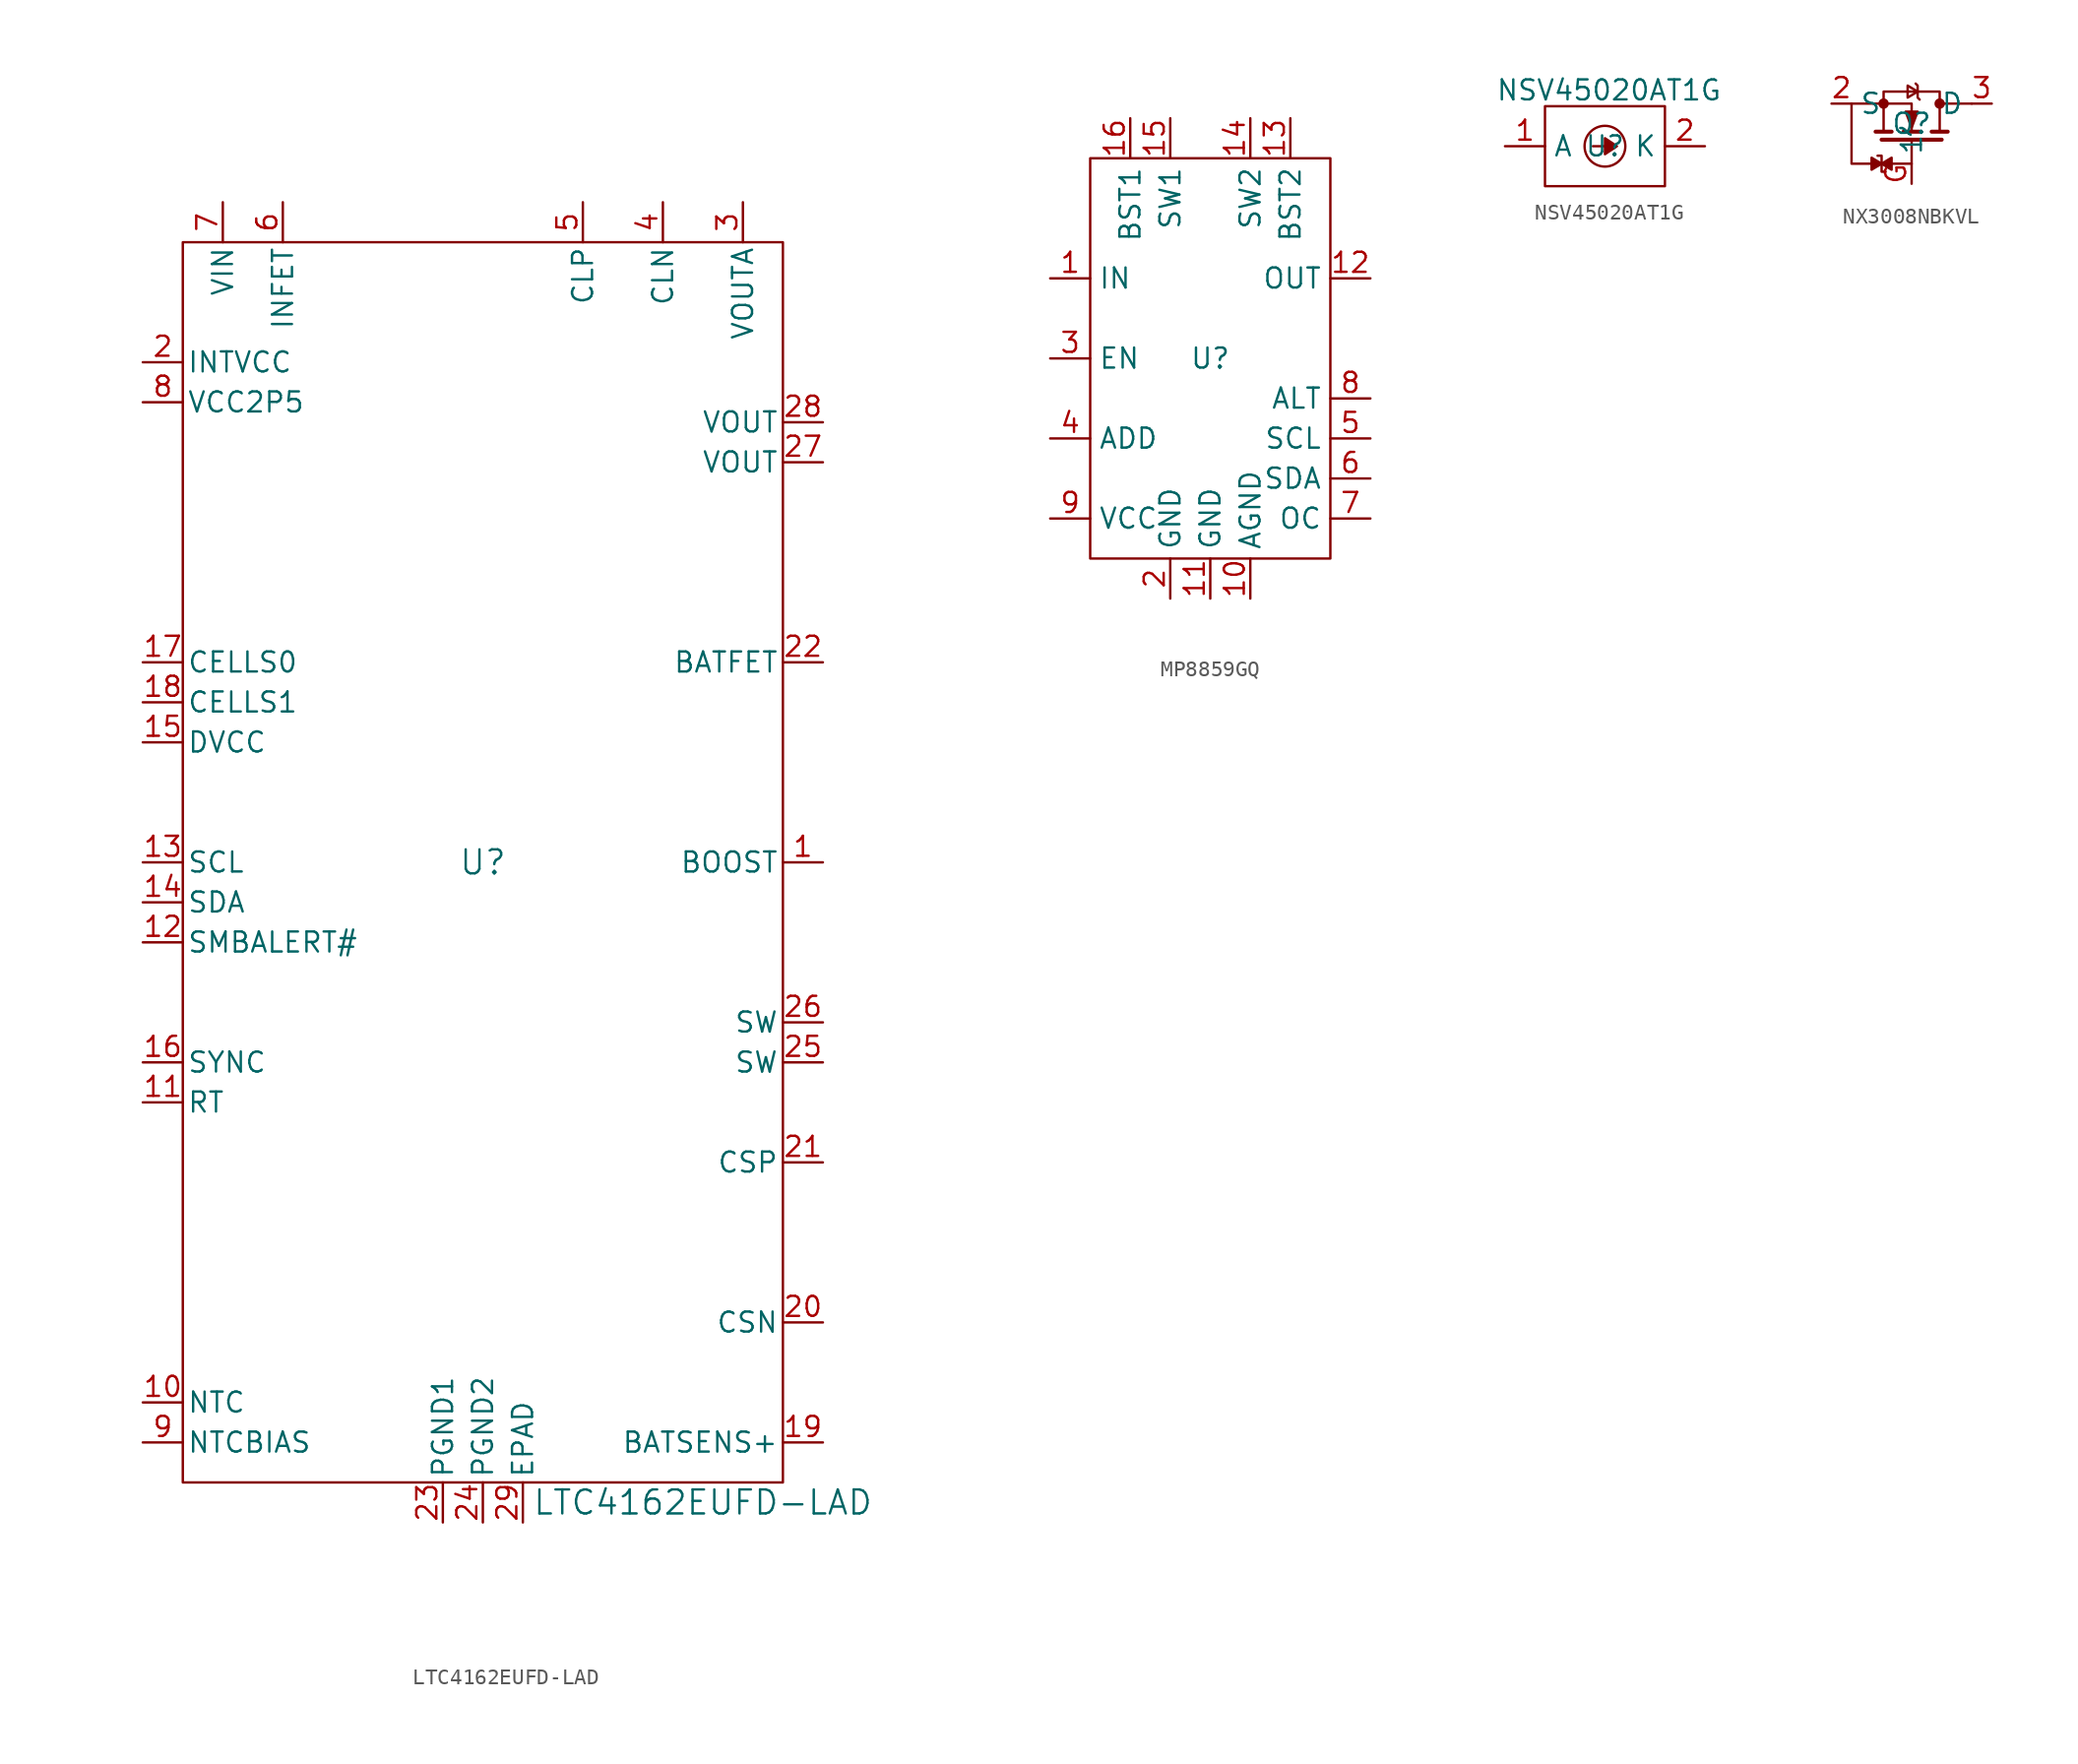
<source format=kicad_sym>
(kicad_symbol_lib
  (version 20231120)
  (generator "kicad_symbol_editor")
  (generator_version "8.0")
  (symbol "LTC4162EUFD-LAD"
    (pin_names
      (offset 0.254))
    (property "Reference" "U"
      (at 0 0 0)
      (effects (font (size 1.524 1.524))))
    (property "Value" "LTC4162EUFD-LAD"
      (at 13.97 -40.64 0)
      (effects (font (size 1.524 1.524))))
    (property "ki_locked" ""
      (at 0 0 0)
      (effects (font (size 1.27 1.27))))
    (symbol "LTC4162EUFD-LAD_0_1"
      (pin power_in line (at 21.59 0 180) (length 2.54) (name "BOOST" (effects (font (size 1.27 1.27)))) (number "1" (effects (font (size 1.27 1.27)))))
      (pin input line (at -21.59 -34.29 0) (length 2.54) (name "NTC" (effects (font (size 1.27 1.27)))) (number "10" (effects (font (size 1.27 1.27)))))
      (pin unspecified line (at -21.59 -15.24 0) (length 2.54) (name "RT" (effects (font (size 1.27 1.27)))) (number "11" (effects (font (size 1.27 1.27)))))
      (pin input line (at -21.59 0 0) (length 2.54) (name "SCL" (effects (font (size 1.27 1.27)))) (number "13" (effects (font (size 1.27 1.27)))))
      (pin bidirectional line (at -21.59 -2.54 0) (length 2.54) (name "SDA" (effects (font (size 1.27 1.27)))) (number "14" (effects (font (size 1.27 1.27)))))
      (pin power_in line (at -21.59 7.62 0) (length 2.54) (name "DVCC" (effects (font (size 1.27 1.27)))) (number "15" (effects (font (size 1.27 1.27)))))
      (pin input line (at -21.59 -12.7 0) (length 2.54) (name "SYNC" (effects (font (size 1.27 1.27)))) (number "16" (effects (font (size 1.27 1.27)))))
      (pin bidirectional line (at -21.59 12.7 0) (length 2.54) (name "CELLS0" (effects (font (size 1.27 1.27)))) (number "17" (effects (font (size 1.27 1.27)))))
      (pin bidirectional line (at -21.59 10.16 0) (length 2.54) (name "CELLS1" (effects (font (size 1.27 1.27)))) (number "18" (effects (font (size 1.27 1.27)))))
      (pin unspecified line (at 21.59 -36.83 180) (length 2.54) (name "BATSENS+" (effects (font (size 1.27 1.27)))) (number "19" (effects (font (size 1.27 1.27)))))
      (pin power_in line (at -21.59 31.75 0) (length 2.54) (name "INTVCC" (effects (font (size 1.27 1.27)))) (number "2" (effects (font (size 1.27 1.27)))))
      (pin unspecified line (at 21.59 -29.21 180) (length 2.54) (name "CSN" (effects (font (size 1.27 1.27)))) (number "20" (effects (font (size 1.27 1.27)))))
      (pin unspecified line (at 21.59 -19.05 180) (length 2.54) (name "CSP" (effects (font (size 1.27 1.27)))) (number "21" (effects (font (size 1.27 1.27)))))
      (pin unspecified line (at 21.59 12.7 180) (length 2.54) (name "BATFET" (effects (font (size 1.27 1.27)))) (number "22" (effects (font (size 1.27 1.27)))))
      (pin power_in line (at 21.59 -12.7 180) (length 2.54) (name "SW" (effects (font (size 1.27 1.27)))) (number "25" (effects (font (size 1.27 1.27)))))
      (pin power_in line (at 21.59 -10.16 180) (length 2.54) (name "SW" (effects (font (size 1.27 1.27)))) (number "26" (effects (font (size 1.27 1.27)))))
      (pin power_in line (at 21.59 25.4 180) (length 2.54) (name "VOUT" (effects (font (size 1.27 1.27)))) (number "27" (effects (font (size 1.27 1.27)))))
      (pin power_in line (at 21.59 27.94 180) (length 2.54) (name "VOUT" (effects (font (size 1.27 1.27)))) (number "28" (effects (font (size 1.27 1.27)))))
      (pin power_in line (at 16.51 41.91 270) (length 2.54) (name "VOUTA" (effects (font (size 1.27 1.27)))) (number "3" (effects (font (size 1.27 1.27)))))
      (pin unspecified line (at 11.43 41.91 270) (length 2.54) (name "CLN" (effects (font (size 1.27 1.27)))) (number "4" (effects (font (size 1.27 1.27)))))
      (pin unspecified line (at 6.35 41.91 270) (length 2.54) (name "CLP" (effects (font (size 1.27 1.27)))) (number "5" (effects (font (size 1.27 1.27)))))
      (pin output line (at -12.7 41.91 270) (length 2.54) (name "INFET" (effects (font (size 1.27 1.27)))) (number "6" (effects (font (size 1.27 1.27)))))
      (pin power_in line (at -16.51 41.91 270) (length 2.54) (name "VIN" (effects (font (size 1.27 1.27)))) (number "7" (effects (font (size 1.27 1.27)))))
      (pin power_in line (at -21.59 29.21 0) (length 2.54) (name "VCC2P5" (effects (font (size 1.27 1.27)))) (number "8" (effects (font (size 1.27 1.27)))))
      (pin output line (at -21.59 -36.83 0) (length 2.54) (name "NTCBIAS" (effects (font (size 1.27 1.27)))) (number "9" (effects (font (size 1.27 1.27))))))
    (symbol "LTC4162EUFD-LAD_1_1"
      (rectangle (start -19.05 39.37) (end 19.05 -39.37) (stroke (width 0) (type default)) (fill (type none)))
      (pin output line (at -21.59 -5.08 0) (length 2.54) (name "SMBALERT#" (effects (font (size 1.27 1.27)))) (number "12" (effects (font (size 1.27 1.27)))))
      (pin input line (at -2.54 -41.91 90) (length 2.54) (name "PGND1" (effects (font (size 1.27 1.27)))) (number "23" (effects (font (size 1.27 1.27)))))
      (pin input line (at 0 -41.91 90) (length 2.54) (name "PGND2" (effects (font (size 1.27 1.27)))) (number "24" (effects (font (size 1.27 1.27)))))
      (pin input line (at 2.54 -41.91 90) (length 2.54) (name "EPAD" (effects (font (size 1.27 1.27)))) (number "29" (effects (font (size 1.27 1.27)))))))
  (symbol "MP8859GQ"
    (property "Reference" "U"
      (at 0 0 0)
      (effects (font (size 1.27 1.27))))
    (property "Value" ""
      (at 0 0 0)
      (effects (font (size 1.27 1.27))))
    (symbol "MP8859GQ_0_1"
      (rectangle (start -7.62 12.7) (end 7.62 -12.7) (stroke (width 0) (type default)) (fill (type none))))
    (symbol "MP8859GQ_1_1"
      (pin input line (at -10.16 5.08 0) (length 2.54) (name "IN" (effects (font (size 1.27 1.27)))) (number "1" (effects (font (size 1.27 1.27)))))
      (pin input line (at 2.54 -15.24 90) (length 2.54) (name "AGND" (effects (font (size 1.27 1.27)))) (number "10" (effects (font (size 1.27 1.27)))))
      (pin input line (at 0 -15.24 90) (length 2.54) (name "GND" (effects (font (size 1.27 1.27)))) (number "11" (effects (font (size 1.27 1.27)))))
      (pin output line (at 10.16 5.08 180) (length 2.54) (name "OUT" (effects (font (size 1.27 1.27)))) (number "12" (effects (font (size 1.27 1.27)))))
      (pin unspecified line (at 5.08 15.24 270) (length 2.54) (name "BST2" (effects (font (size 1.27 1.27)))) (number "13" (effects (font (size 1.27 1.27)))))
      (pin unspecified line (at 2.54 15.24 270) (length 2.54) (name "SW2" (effects (font (size 1.27 1.27)))) (number "14" (effects (font (size 1.27 1.27)))))
      (pin unspecified line (at -2.54 15.24 270) (length 2.54) (name "SW1" (effects (font (size 1.27 1.27)))) (number "15" (effects (font (size 1.27 1.27)))))
      (pin unspecified line (at -5.08 15.24 270) (length 2.54) (name "BST1" (effects (font (size 1.27 1.27)))) (number "16" (effects (font (size 1.27 1.27)))))
      (pin input line (at -2.54 -15.24 90) (length 2.54) (name "GND" (effects (font (size 1.27 1.27)))) (number "2" (effects (font (size 1.27 1.27)))))
      (pin input line (at -10.16 0 0) (length 2.54) (name "EN" (effects (font (size 1.27 1.27)))) (number "3" (effects (font (size 1.27 1.27)))))
      (pin output line (at -10.16 -5.08 0) (length 2.54) (name "ADD" (effects (font (size 1.27 1.27)))) (number "4" (effects (font (size 1.27 1.27)))))
      (pin bidirectional line (at 10.16 -5.08 180) (length 2.54) (name "SCL" (effects (font (size 1.27 1.27)))) (number "5" (effects (font (size 1.27 1.27)))))
      (pin bidirectional line (at 10.16 -7.62 180) (length 2.54) (name "SDA" (effects (font (size 1.27 1.27)))) (number "6" (effects (font (size 1.27 1.27)))))
      (pin output line (at 10.16 -10.16 180) (length 2.54) (name "OC" (effects (font (size 1.27 1.27)))) (number "7" (effects (font (size 1.27 1.27)))))
      (pin output line (at 10.16 -2.54 180) (length 2.54) (name "ALT" (effects (font (size 1.27 1.27)))) (number "8" (effects (font (size 1.27 1.27)))))
      (pin unspecified line (at -10.16 -10.16 0) (length 2.54) (name "VCC" (effects (font (size 1.27 1.27)))) (number "9" (effects (font (size 1.27 1.27)))))))
  (symbol "NSV45020AT1G"
    (property "Reference" "U"
      (at 0 0 0)
      (effects (font (size 1.27 1.27))))
    (property "Value" "NSV45020AT1G"
      (at 0.254 3.556 0)
      (effects (font (size 1.27 1.27))))
    (symbol "NSV45020AT1G_0_1"
      (rectangle (start -3.81 2.54) (end 3.81 -2.54) (stroke (width 0) (type default)) (fill (type none)))
      (polyline (pts (xy 0 0) (xy -0.762 0)) (stroke (width 0) (type default)) (fill (type none)))
      (circle (center 0 0) (radius 1.295) (stroke (width 0) (type default)) (fill (type none))))
    (symbol "NSV45020AT1G_1_1"
      (polyline (pts (xy 0 0) (xy 0 0.508) (xy 0.762 0) (xy 0 -0.508) (xy 0 0)) (stroke (width 0) (type default)) (fill (type outline)))
      (pin input line (at -6.35 0 0) (length 2.54) (name "A" (effects (font (size 1.27 1.27)))) (number "1" (effects (font (size 1.27 1.27)))))
      (pin input line (at 6.35 0 180) (length 2.54) (name "K" (effects (font (size 1.27 1.27)))) (number "2" (effects (font (size 1.27 1.27)))))))
  (symbol "NX3008NBKVL"
    (property "Reference" "Q"
      (at 0 0 0)
      (effects (font (size 1.27 1.27))))
    (property "Value" ""
      (at 0 0 0)
      (effects (font (size 1.27 1.27))))
    (symbol "NX3008NBKVL_0_1"
      (circle (center -1.778 1.27) (radius 0.254) (stroke (width 0) (type default)) (fill (type outline)))
      (polyline (pts (xy -1.27 -0.508) (xy -2.286 -0.508)) (stroke (width 0.254) (type default)) (fill (type none)))
      (polyline (pts (xy 0.508 -0.508) (xy -0.508 -0.508)) (stroke (width 0.254) (type default)) (fill (type none)))
      (polyline (pts (xy 1.905 -1.016) (xy -1.905 -1.016)) (stroke (width 0.254) (type default)) (fill (type none)))
      (polyline (pts (xy 2.286 -0.508) (xy 1.27 -0.508)) (stroke (width 0.254) (type default)) (fill (type none)))
      (polyline (pts (xy -1.778 1.27) (xy 0 1.27) (xy 0 -0.508)) (stroke (width 0) (type default)) (fill (type none)))
      (polyline (pts (xy -1.778 -0.508) (xy -1.778 2.032) (xy 1.778 2.032) (xy 1.778 -0.508)) (stroke (width 0) (type default)) (fill (type none)))
      (polyline (pts (xy 0 -0.254) (xy 0.381 0.762) (xy -0.381 0.762) (xy 0 -0.254)) (stroke (width 0) (type default)) (fill (type outline)))
      (polyline (pts (xy 0.381 2.032) (xy -0.254 1.651) (xy -0.254 2.413) (xy 0.381 2.032)) (stroke (width 0) (type default)) (fill (type none)))
      (polyline (pts (xy 0.508 1.524) (xy 0.381 1.651) (xy 0.381 2.413) (xy 0.254 2.54)) (stroke (width 0) (type default)) (fill (type none)))
      (circle (center 1.778 1.27) (radius 0.254) (stroke (width 0) (type default)) (fill (type outline))))
    (symbol "NX3008NBKVL_1_1"
      (polyline (pts (xy 3.81 1.27) (xy 1.905 1.27)) (stroke (width 0) (type default)) (fill (type none)))
      (polyline (pts (xy 0 -1.016) (xy 0 -2.54) (xy -1.27 -2.54)) (stroke (width 0) (type default)) (fill (type none)))
      (polyline (pts (xy -2.54 -2.921) (xy -2.54 -2.159) (xy -1.905 -2.54) (xy -2.54 -2.921)) (stroke (width 0) (type default)) (fill (type outline)))
      (polyline (pts (xy -1.778 1.27) (xy -3.81 1.27) (xy -3.81 -2.54) (xy -2.54 -2.54)) (stroke (width 0) (type default)) (fill (type none)))
      (polyline (pts (xy -1.651 -3.048) (xy -1.905 -3.048) (xy -1.905 -2.032) (xy -2.159 -2.032)) (stroke (width 0) (type default)) (fill (type none)))
      (polyline (pts (xy -1.27 -2.159) (xy -1.27 -2.921) (xy -1.905 -2.54) (xy -1.27 -2.159)) (stroke (width 0) (type default)) (fill (type outline)))
      (pin input line (at -5.08 1.27 0) (length 1.27) (name "S" (effects (font (size 1.27 1.27)))) (number "2" (effects (font (size 1.27 1.27)))))
      (pin input line (at 5.08 1.27 180) (length 1.27) (name "D" (effects (font (size 1.27 1.27)))) (number "3" (effects (font (size 1.27 1.27)))))
      (pin input line (at 0 -3.81 90) (length 1.27) (name "1" (effects (font (size 1.27 1.27)))) (number "G" (effects (font (size 1.27 1.27))))))))
</source>
